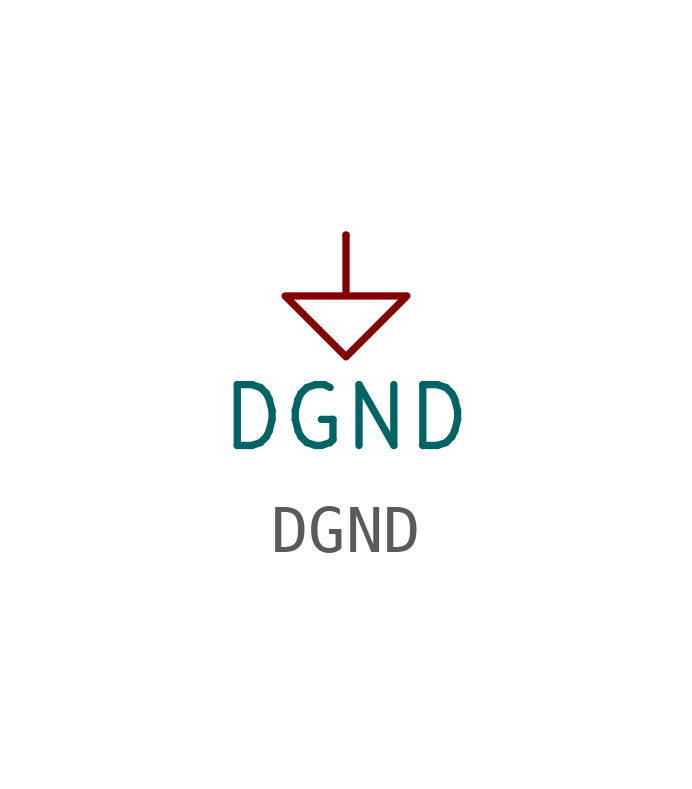
<source format=kicad_sym>
(kicad_symbol_lib
  (version 20241209)
  (generator "kicad_symbol_editor")
  (generator_version "9.0")
  (symbol "DGND"
    (power)
    (pin_numbers
      (hide yes))
    (pin_names
      (offset 0)
      (hide yes))
    (property "Reference" "#PWR"
      (at 0 -6.35 0)
      (effects (font (size 1.27 1.27)) (hide yes)))
    (property "Value" "DGND"
      (at 0 -3.81 0)
      (do_not_autoplace)
      (effects (font (size 1.27 1.27))))
    (symbol "DGND_0_1"
      (polyline (pts (xy 0 0) (xy 0 -1.27) (xy 1.27 -1.27) (xy 0 -2.54) (xy -1.27 -1.27) (xy 0 -1.27)) (stroke (width 0) (type default)) (fill (type none))))
    (symbol "DGND_1_1"
      (pin power_in line (at 0 0 270) (length 0) (name "~" (effects (font (size 1.27 1.27)))) (number "1" (effects (font (size 1.27 1.27))))))))
</source>
